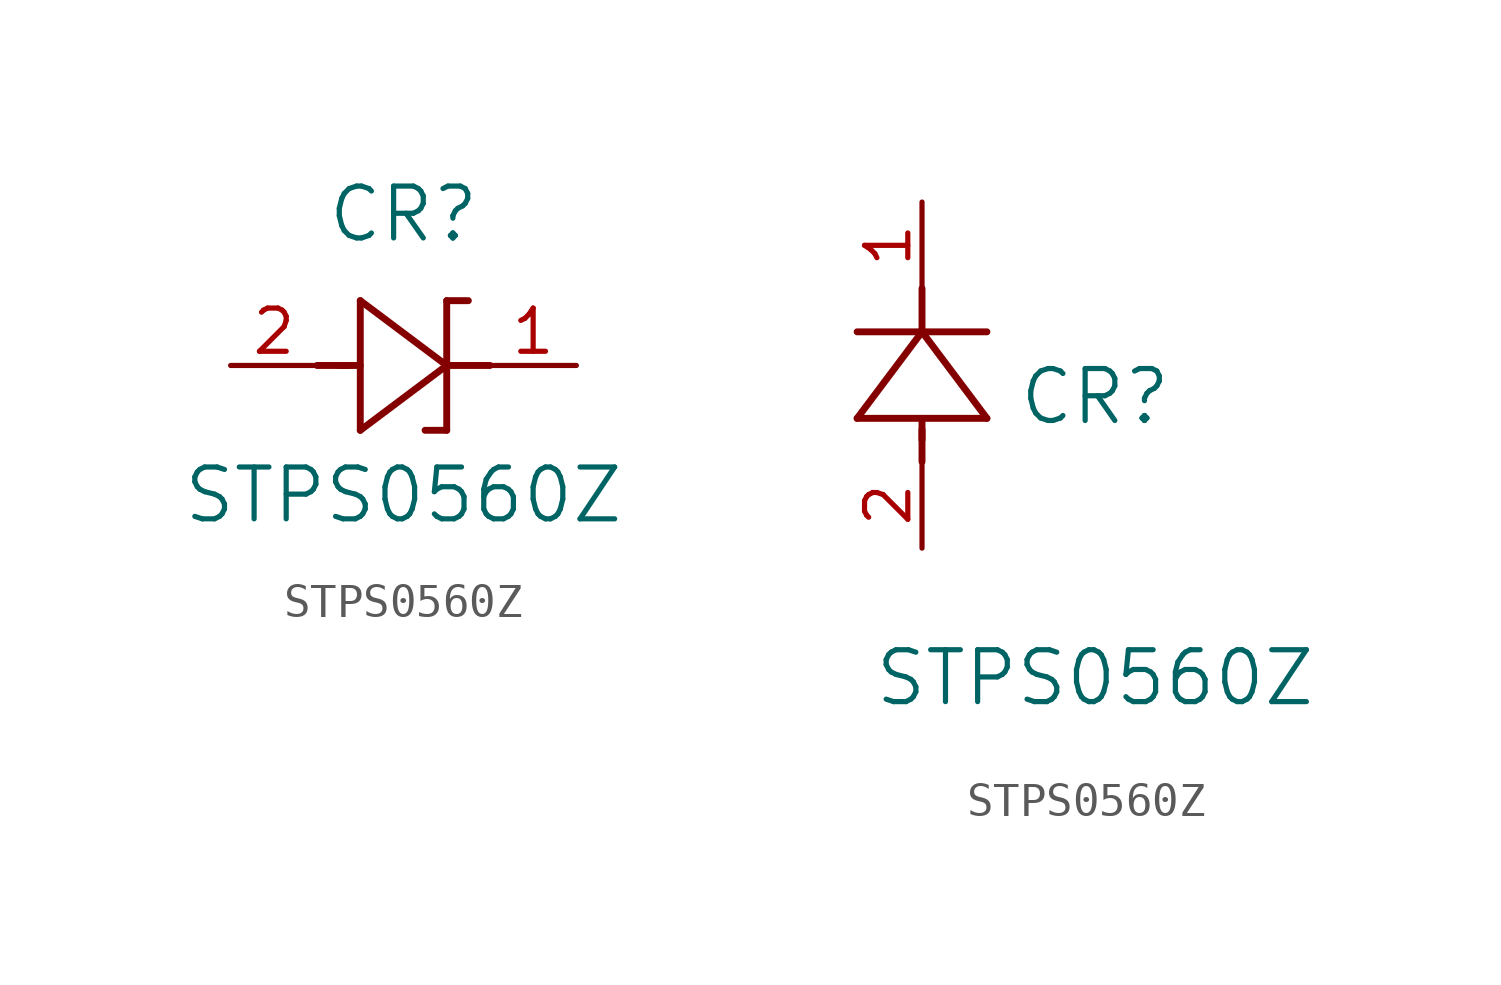
<source format=kicad_sym>
(kicad_symbol_lib
  (version 20211014)
  (generator kicad_symbol_editor)
  (symbol "STPS0560Z"
    (pin_names
      (offset 0.254))
    (property "Reference" "CR"
      (at 5.08 4.445 0)
      (effects (font (size 1.524 1.524))))
    (property "Value" "STPS0560Z"
      (at 5.08 -3.81 0)
      (effects (font (size 1.524 1.524))))
    (symbol "STPS0560Z_1_1"
      (polyline (pts (xy 2.54 0) (xy 3.48 0)) (stroke (width 0.203) (type default) (color 0 0 0 0)) (fill (type none)))
      (polyline (pts (xy 3.175 0) (xy 3.81 0)) (stroke (width 0.203) (type default) (color 0 0 0 0)) (fill (type none)))
      (polyline (pts (xy 3.81 -1.905) (xy 6.35 0)) (stroke (width 0.203) (type default) (color 0 0 0 0)) (fill (type none)))
      (polyline (pts (xy 6.35 -1.905) (xy 5.715 -1.905)) (stroke (width 0.203) (type default) (color 0 0 0 0)) (fill (type none)))
      (polyline (pts (xy 6.35 1.905) (xy 6.985 1.905)) (stroke (width 0.203) (type default) (color 0 0 0 0)) (fill (type none)))
      (polyline (pts (xy 3.81 1.905) (xy 3.81 -1.905)) (stroke (width 0.203) (type default) (color 0 0 0 0)) (fill (type none)))
      (polyline (pts (xy 6.35 -1.905) (xy 6.35 1.905)) (stroke (width 0.203) (type default) (color 0 0 0 0)) (fill (type none)))
      (polyline (pts (xy 6.35 0) (xy 3.81 1.905)) (stroke (width 0.203) (type default) (color 0 0 0 0)) (fill (type none)))
      (polyline (pts (xy 6.35 0) (xy 7.62 0)) (stroke (width 0.203) (type default) (color 0 0 0 0)) (fill (type none)))
      (pin unspecified line (at 10.16 0 180) (length 2.54) (name "" (effects (font (size 1.27 1.27)))) (number "1" (effects (font (size 1.27 1.27)))))
      (pin unspecified line (at 0 0 0) (length 2.54) (name "" (effects (font (size 1.27 1.27)))) (number "2" (effects (font (size 1.27 1.27))))))
    (symbol "STPS0560Z_1_2"
      (polyline (pts (xy 0 2.54) (xy 0 3.48)) (stroke (width 0.203) (type default) (color 0 0 0 0)) (fill (type none)))
      (polyline (pts (xy -1.905 3.81) (xy 1.905 3.81)) (stroke (width 0.203) (type default) (color 0 0 0 0)) (fill (type none)))
      (polyline (pts (xy 0 3.175) (xy 0 3.81)) (stroke (width 0.203) (type default) (color 0 0 0 0)) (fill (type none)))
      (polyline (pts (xy 1.905 6.35) (xy -1.905 6.35)) (stroke (width 0.203) (type default) (color 0 0 0 0)) (fill (type none)))
      (polyline (pts (xy 0 6.35) (xy 0 7.62)) (stroke (width 0.203) (type default) (color 0 0 0 0)) (fill (type none)))
      (polyline (pts (xy 0 6.35) (xy -1.905 3.81)) (stroke (width 0.203) (type default) (color 0 0 0 0)) (fill (type none)))
      (polyline (pts (xy 1.905 3.81) (xy 0 6.35)) (stroke (width 0.203) (type default) (color 0 0 0 0)) (fill (type none)))
      (pin unspecified line (at 0 10.16 270) (length 2.54) (name "" (effects (font (size 1.27 1.27)))) (number "1" (effects (font (size 1.27 1.27)))))
      (pin unspecified line (at 0 0 90) (length 2.54) (name "" (effects (font (size 1.27 1.27)))) (number "2" (effects (font (size 1.27 1.27))))))))
</source>
